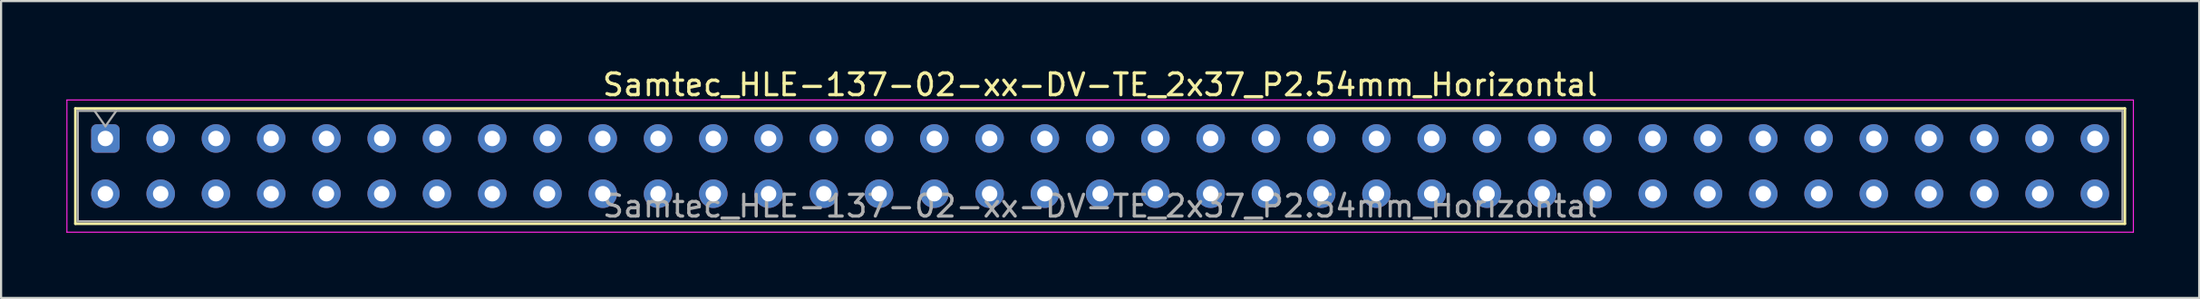
<source format=kicad_pcb>
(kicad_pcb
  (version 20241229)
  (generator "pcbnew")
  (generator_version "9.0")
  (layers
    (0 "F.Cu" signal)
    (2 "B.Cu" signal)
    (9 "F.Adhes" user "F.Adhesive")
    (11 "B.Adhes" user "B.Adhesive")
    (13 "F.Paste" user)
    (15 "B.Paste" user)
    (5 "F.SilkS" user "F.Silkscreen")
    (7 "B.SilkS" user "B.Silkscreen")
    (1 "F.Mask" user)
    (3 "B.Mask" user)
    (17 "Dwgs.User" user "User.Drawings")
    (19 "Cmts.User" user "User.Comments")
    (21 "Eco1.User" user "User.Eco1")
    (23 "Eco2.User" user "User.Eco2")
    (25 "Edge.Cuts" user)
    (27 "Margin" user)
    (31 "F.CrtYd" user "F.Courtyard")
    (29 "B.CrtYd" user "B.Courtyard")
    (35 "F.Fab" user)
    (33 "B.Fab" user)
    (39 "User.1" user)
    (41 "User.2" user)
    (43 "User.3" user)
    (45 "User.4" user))
  (footprint "Samtec_HLE-137-02-xx-DV-TE_2x37_P2.54mm_Horizontal"
    (layer "F.Cu")
    (at 1.795 3.318)
    (property "Reference" "Samtec_HLE-137-02-xx-DV-TE_2x37_P2.54mm_Horizontal" (at 45.72 -2.47 0) (layer "F.SilkS") (effects (font (size 1 1) (thickness 0.15))))
    (attr through_hole)
    (fp_line (start -1.38 -1.38) (end 92.82 -1.38) (stroke (width 0.12) (type solid)) (layer "F.SilkS"))
    (fp_line (start -1.38 3.92) (end -1.38 -1.38) (stroke (width 0.12) (type solid)) (layer "F.SilkS"))
    (fp_line (start 92.82 -1.38) (end 92.82 3.92) (stroke (width 0.12) (type solid)) (layer "F.SilkS"))
    (fp_line (start 92.82 3.92) (end -1.38 3.92) (stroke (width 0.12) (type solid)) (layer "F.SilkS"))
    (fp_line (start -1.77 -1.77) (end 93.21 -1.77) (stroke (width 0.05) (type solid)) (layer "F.CrtYd"))
    (fp_line (start -1.77 4.31) (end -1.77 -1.77) (stroke (width 0.05) (type solid)) (layer "F.CrtYd"))
    (fp_line (start 93.21 -1.77) (end 93.21 4.31) (stroke (width 0.05) (type solid)) (layer "F.CrtYd"))
    (fp_line (start 93.21 4.31) (end -1.77 4.31) (stroke (width 0.05) (type solid)) (layer "F.CrtYd"))
    (fp_line (start -1.27 -1.27) (end 92.71 -1.27) (stroke (width 0.1) (type solid)) (layer "F.Fab"))
    (fp_line (start -1.27 3.81) (end -1.27 -1.27) (stroke (width 0.1) (type solid)) (layer "F.Fab"))
    (fp_line (start -0.5 -1.27) (end 0 -0.563) (stroke (width 0.1) (type solid)) (layer "F.Fab"))
    (fp_line (start 0 -0.563) (end 0.5 -1.27) (stroke (width 0.1) (type solid)) (layer "F.Fab"))
    (fp_line (start 92.71 -1.27) (end 92.71 3.81) (stroke (width 0.1) (type solid)) (layer "F.Fab"))
    (fp_line (start 92.71 3.81) (end -1.27 3.81) (stroke (width 0.1) (type solid)) (layer "F.Fab"))
    (fp_text user "${REFERENCE}" (at 45.72 3.11 0) (layer "F.Fab") (effects (font (size 1 1) (thickness 0.15))))
    (pad "1" thru_hole roundrect (at 0 0) (size 1.31 1.31) (drill 0.71) (layers "*.Cu" "*.Mask") (roundrect_rratio 0.191))
    (pad "2" thru_hole circle (at 0 2.54) (size 1.31 1.31) (drill 0.71) (layers "*.Cu" "*.Mask"))
    (pad "3" thru_hole circle (at 2.54 0) (size 1.31 1.31) (drill 0.71) (layers "*.Cu" "*.Mask"))
    (pad "4" thru_hole circle (at 2.54 2.54) (size 1.31 1.31) (drill 0.71) (layers "*.Cu" "*.Mask"))
    (pad "5" thru_hole circle (at 5.08 0) (size 1.31 1.31) (drill 0.71) (layers "*.Cu" "*.Mask"))
    (pad "6" thru_hole circle (at 5.08 2.54) (size 1.31 1.31) (drill 0.71) (layers "*.Cu" "*.Mask"))
    (pad "7" thru_hole circle (at 7.62 0) (size 1.31 1.31) (drill 0.71) (layers "*.Cu" "*.Mask"))
    (pad "8" thru_hole circle (at 7.62 2.54) (size 1.31 1.31) (drill 0.71) (layers "*.Cu" "*.Mask"))
    (pad "9" thru_hole circle (at 10.16 0) (size 1.31 1.31) (drill 0.71) (layers "*.Cu" "*.Mask"))
    (pad "10" thru_hole circle (at 10.16 2.54) (size 1.31 1.31) (drill 0.71) (layers "*.Cu" "*.Mask"))
    (pad "11" thru_hole circle (at 12.7 0) (size 1.31 1.31) (drill 0.71) (layers "*.Cu" "*.Mask"))
    (pad "12" thru_hole circle (at 12.7 2.54) (size 1.31 1.31) (drill 0.71) (layers "*.Cu" "*.Mask"))
    (pad "13" thru_hole circle (at 15.24 0) (size 1.31 1.31) (drill 0.71) (layers "*.Cu" "*.Mask"))
    (pad "14" thru_hole circle (at 15.24 2.54) (size 1.31 1.31) (drill 0.71) (layers "*.Cu" "*.Mask"))
    (pad "15" thru_hole circle (at 17.78 0) (size 1.31 1.31) (drill 0.71) (layers "*.Cu" "*.Mask"))
    (pad "16" thru_hole circle (at 17.78 2.54) (size 1.31 1.31) (drill 0.71) (layers "*.Cu" "*.Mask"))
    (pad "17" thru_hole circle (at 20.32 0) (size 1.31 1.31) (drill 0.71) (layers "*.Cu" "*.Mask"))
    (pad "18" thru_hole circle (at 20.32 2.54) (size 1.31 1.31) (drill 0.71) (layers "*.Cu" "*.Mask"))
    (pad "19" thru_hole circle (at 22.86 0) (size 1.31 1.31) (drill 0.71) (layers "*.Cu" "*.Mask"))
    (pad "20" thru_hole circle (at 22.86 2.54) (size 1.31 1.31) (drill 0.71) (layers "*.Cu" "*.Mask"))
    (pad "21" thru_hole circle (at 25.4 0) (size 1.31 1.31) (drill 0.71) (layers "*.Cu" "*.Mask"))
    (pad "22" thru_hole circle (at 25.4 2.54) (size 1.31 1.31) (drill 0.71) (layers "*.Cu" "*.Mask"))
    (pad "23" thru_hole circle (at 27.94 0) (size 1.31 1.31) (drill 0.71) (layers "*.Cu" "*.Mask"))
    (pad "24" thru_hole circle (at 27.94 2.54) (size 1.31 1.31) (drill 0.71) (layers "*.Cu" "*.Mask"))
    (pad "25" thru_hole circle (at 30.48 0) (size 1.31 1.31) (drill 0.71) (layers "*.Cu" "*.Mask"))
    (pad "26" thru_hole circle (at 30.48 2.54) (size 1.31 1.31) (drill 0.71) (layers "*.Cu" "*.Mask"))
    (pad "27" thru_hole circle (at 33.02 0) (size 1.31 1.31) (drill 0.71) (layers "*.Cu" "*.Mask"))
    (pad "28" thru_hole circle (at 33.02 2.54) (size 1.31 1.31) (drill 0.71) (layers "*.Cu" "*.Mask"))
    (pad "29" thru_hole circle (at 35.56 0) (size 1.31 1.31) (drill 0.71) (layers "*.Cu" "*.Mask"))
    (pad "30" thru_hole circle (at 35.56 2.54) (size 1.31 1.31) (drill 0.71) (layers "*.Cu" "*.Mask"))
    (pad "31" thru_hole circle (at 38.1 0) (size 1.31 1.31) (drill 0.71) (layers "*.Cu" "*.Mask"))
    (pad "32" thru_hole circle (at 38.1 2.54) (size 1.31 1.31) (drill 0.71) (layers "*.Cu" "*.Mask"))
    (pad "33" thru_hole circle (at 40.64 0) (size 1.31 1.31) (drill 0.71) (layers "*.Cu" "*.Mask"))
    (pad "34" thru_hole circle (at 40.64 2.54) (size 1.31 1.31) (drill 0.71) (layers "*.Cu" "*.Mask"))
    (pad "35" thru_hole circle (at 43.18 0) (size 1.31 1.31) (drill 0.71) (layers "*.Cu" "*.Mask"))
    (pad "36" thru_hole circle (at 43.18 2.54) (size 1.31 1.31) (drill 0.71) (layers "*.Cu" "*.Mask"))
    (pad "37" thru_hole circle (at 45.72 0) (size 1.31 1.31) (drill 0.71) (layers "*.Cu" "*.Mask"))
    (pad "38" thru_hole circle (at 45.72 2.54) (size 1.31 1.31) (drill 0.71) (layers "*.Cu" "*.Mask"))
    (pad "39" thru_hole circle (at 48.26 0) (size 1.31 1.31) (drill 0.71) (layers "*.Cu" "*.Mask"))
    (pad "40" thru_hole circle (at 48.26 2.54) (size 1.31 1.31) (drill 0.71) (layers "*.Cu" "*.Mask"))
    (pad "41" thru_hole circle (at 50.8 0) (size 1.31 1.31) (drill 0.71) (layers "*.Cu" "*.Mask"))
    (pad "42" thru_hole circle (at 50.8 2.54) (size 1.31 1.31) (drill 0.71) (layers "*.Cu" "*.Mask"))
    (pad "43" thru_hole circle (at 53.34 0) (size 1.31 1.31) (drill 0.71) (layers "*.Cu" "*.Mask"))
    (pad "44" thru_hole circle (at 53.34 2.54) (size 1.31 1.31) (drill 0.71) (layers "*.Cu" "*.Mask"))
    (pad "45" thru_hole circle (at 55.88 0) (size 1.31 1.31) (drill 0.71) (layers "*.Cu" "*.Mask"))
    (pad "46" thru_hole circle (at 55.88 2.54) (size 1.31 1.31) (drill 0.71) (layers "*.Cu" "*.Mask"))
    (pad "47" thru_hole circle (at 58.42 0) (size 1.31 1.31) (drill 0.71) (layers "*.Cu" "*.Mask"))
    (pad "48" thru_hole circle (at 58.42 2.54) (size 1.31 1.31) (drill 0.71) (layers "*.Cu" "*.Mask"))
    (pad "49" thru_hole circle (at 60.96 0) (size 1.31 1.31) (drill 0.71) (layers "*.Cu" "*.Mask"))
    (pad "50" thru_hole circle (at 60.96 2.54) (size 1.31 1.31) (drill 0.71) (layers "*.Cu" "*.Mask"))
    (pad "51" thru_hole circle (at 63.5 0) (size 1.31 1.31) (drill 0.71) (layers "*.Cu" "*.Mask"))
    (pad "52" thru_hole circle (at 63.5 2.54) (size 1.31 1.31) (drill 0.71) (layers "*.Cu" "*.Mask"))
    (pad "53" thru_hole circle (at 66.04 0) (size 1.31 1.31) (drill 0.71) (layers "*.Cu" "*.Mask"))
    (pad "54" thru_hole circle (at 66.04 2.54) (size 1.31 1.31) (drill 0.71) (layers "*.Cu" "*.Mask"))
    (pad "55" thru_hole circle (at 68.58 0) (size 1.31 1.31) (drill 0.71) (layers "*.Cu" "*.Mask"))
    (pad "56" thru_hole circle (at 68.58 2.54) (size 1.31 1.31) (drill 0.71) (layers "*.Cu" "*.Mask"))
    (pad "57" thru_hole circle (at 71.12 0) (size 1.31 1.31) (drill 0.71) (layers "*.Cu" "*.Mask"))
    (pad "58" thru_hole circle (at 71.12 2.54) (size 1.31 1.31) (drill 0.71) (layers "*.Cu" "*.Mask"))
    (pad "59" thru_hole circle (at 73.66 0) (size 1.31 1.31) (drill 0.71) (layers "*.Cu" "*.Mask"))
    (pad "60" thru_hole circle (at 73.66 2.54) (size 1.31 1.31) (drill 0.71) (layers "*.Cu" "*.Mask"))
    (pad "61" thru_hole circle (at 76.2 0) (size 1.31 1.31) (drill 0.71) (layers "*.Cu" "*.Mask"))
    (pad "62" thru_hole circle (at 76.2 2.54) (size 1.31 1.31) (drill 0.71) (layers "*.Cu" "*.Mask"))
    (pad "63" thru_hole circle (at 78.74 0) (size 1.31 1.31) (drill 0.71) (layers "*.Cu" "*.Mask"))
    (pad "64" thru_hole circle (at 78.74 2.54) (size 1.31 1.31) (drill 0.71) (layers "*.Cu" "*.Mask"))
    (pad "65" thru_hole circle (at 81.28 0) (size 1.31 1.31) (drill 0.71) (layers "*.Cu" "*.Mask"))
    (pad "66" thru_hole circle (at 81.28 2.54) (size 1.31 1.31) (drill 0.71) (layers "*.Cu" "*.Mask"))
    (pad "67" thru_hole circle (at 83.82 0) (size 1.31 1.31) (drill 0.71) (layers "*.Cu" "*.Mask"))
    (pad "68" thru_hole circle (at 83.82 2.54) (size 1.31 1.31) (drill 0.71) (layers "*.Cu" "*.Mask"))
    (pad "69" thru_hole circle (at 86.36 0) (size 1.31 1.31) (drill 0.71) (layers "*.Cu" "*.Mask"))
    (pad "70" thru_hole circle (at 86.36 2.54) (size 1.31 1.31) (drill 0.71) (layers "*.Cu" "*.Mask"))
    (pad "71" thru_hole circle (at 88.9 0) (size 1.31 1.31) (drill 0.71) (layers "*.Cu" "*.Mask"))
    (pad "72" thru_hole circle (at 88.9 2.54) (size 1.31 1.31) (drill 0.71) (layers "*.Cu" "*.Mask"))
    (pad "73" thru_hole circle (at 91.44 0) (size 1.31 1.31) (drill 0.71) (layers "*.Cu" "*.Mask"))
    (pad "74" thru_hole circle (at 91.44 2.54) (size 1.31 1.31) (drill 0.71) (layers "*.Cu" "*.Mask")))
  (gr_rect
    (start -3 -3)
    (end 98.03 10.653)
    (stroke (width 0.1) (type default))
    (fill no)
    (layer "Edge.Cuts")))
</source>
